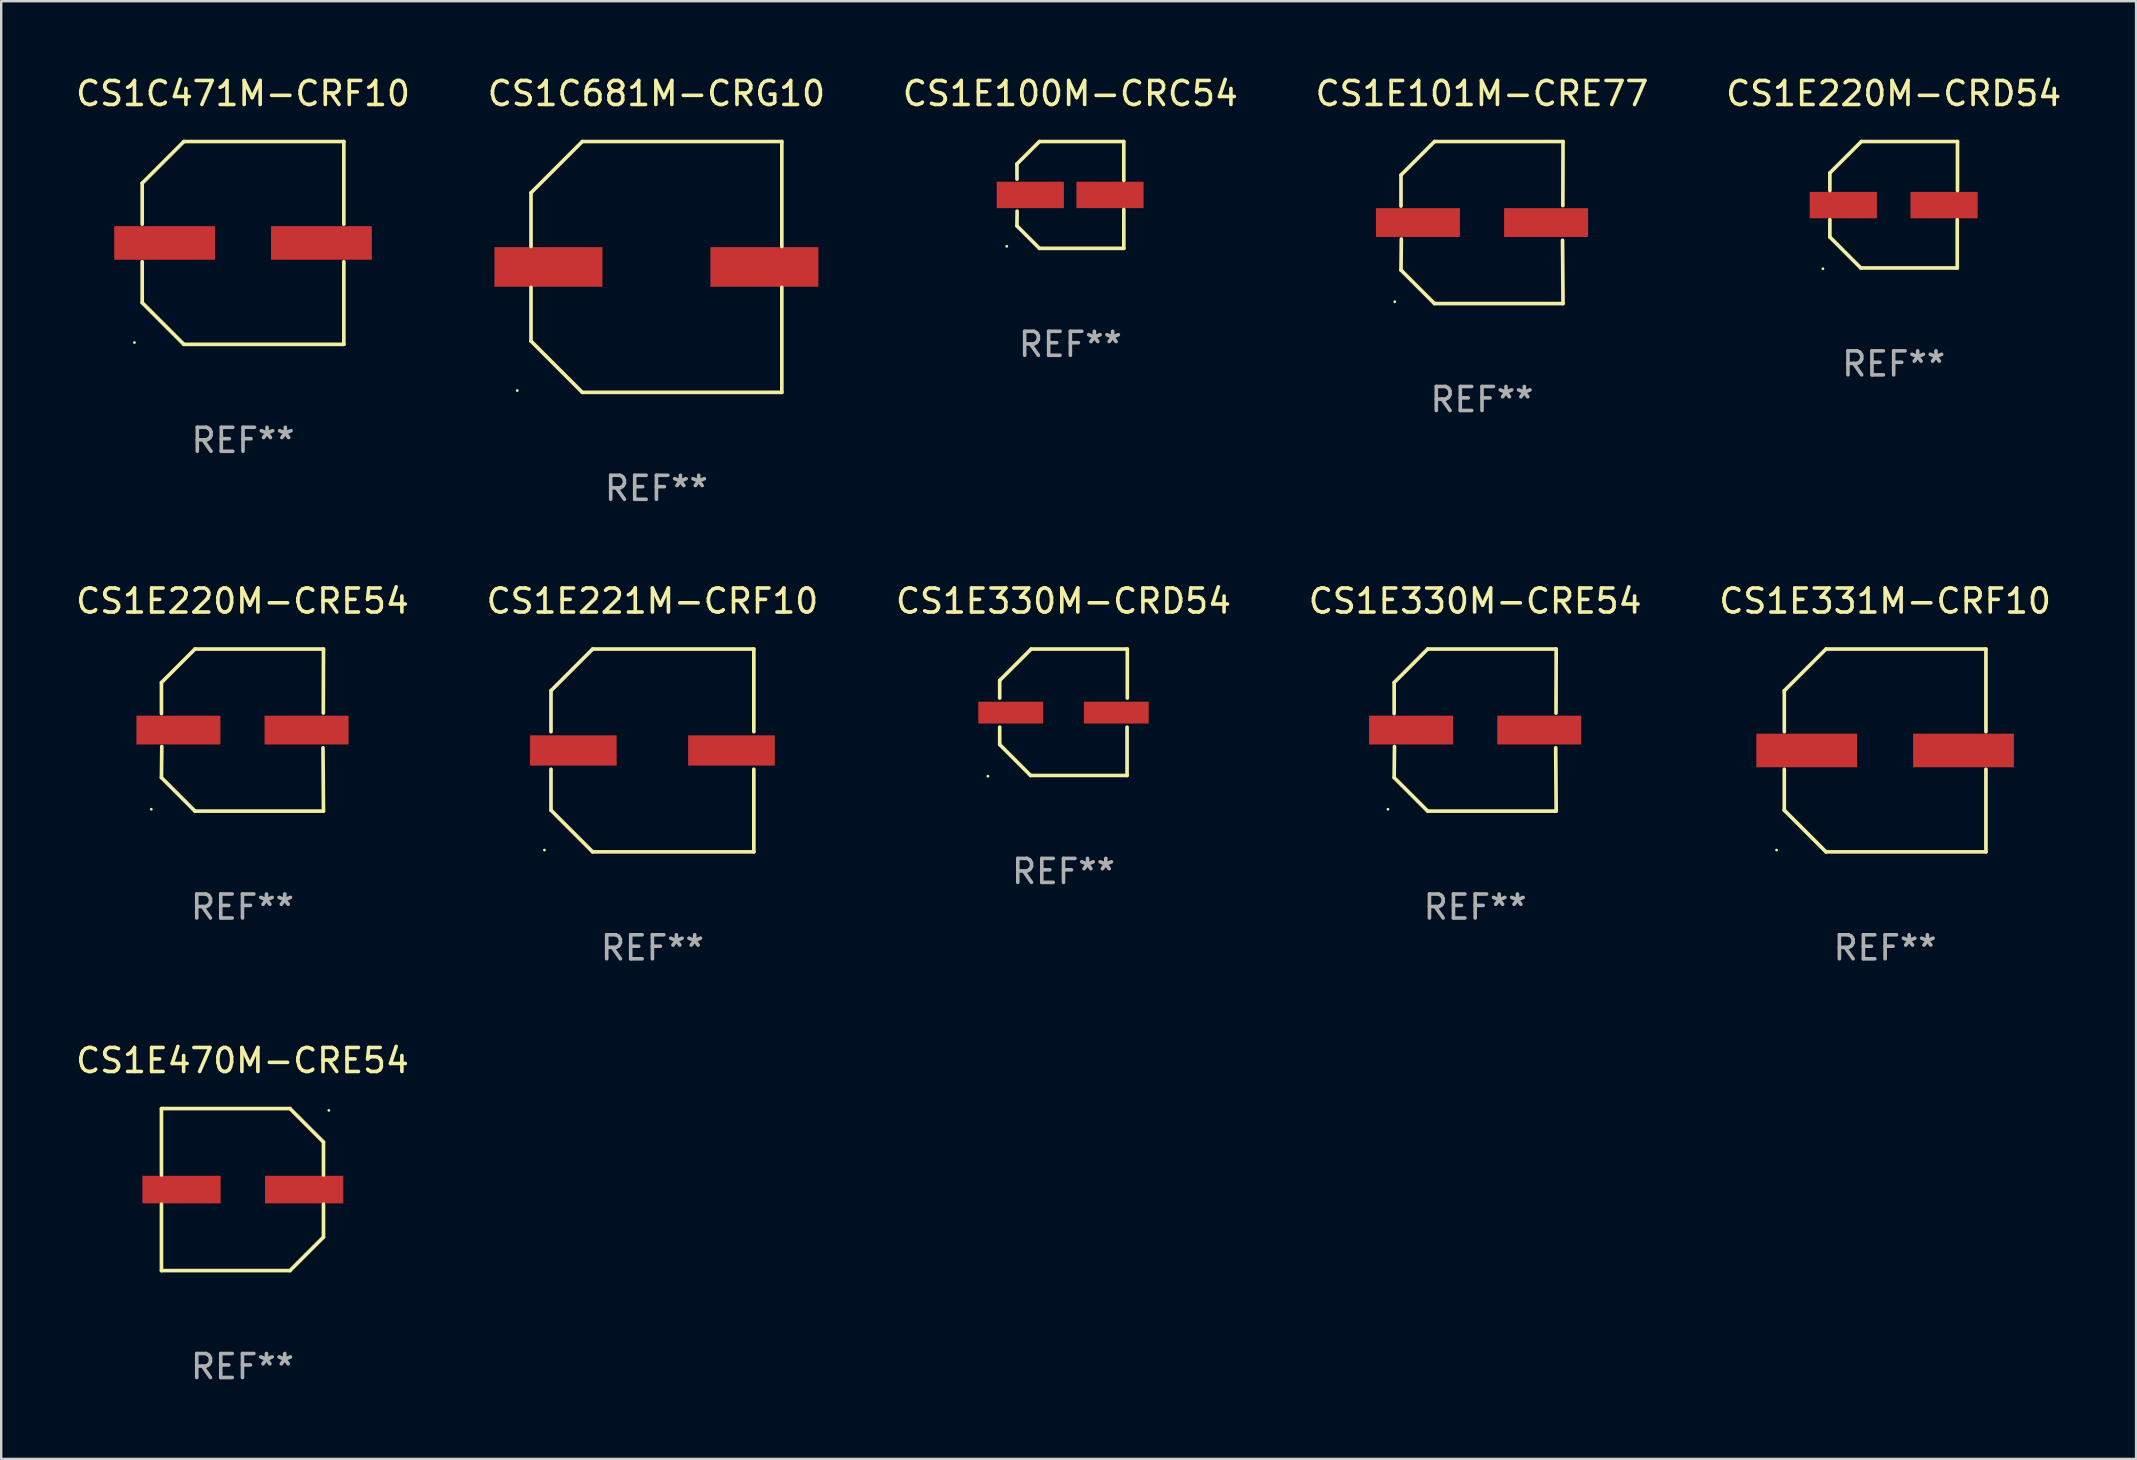
<source format=kicad_pcb>
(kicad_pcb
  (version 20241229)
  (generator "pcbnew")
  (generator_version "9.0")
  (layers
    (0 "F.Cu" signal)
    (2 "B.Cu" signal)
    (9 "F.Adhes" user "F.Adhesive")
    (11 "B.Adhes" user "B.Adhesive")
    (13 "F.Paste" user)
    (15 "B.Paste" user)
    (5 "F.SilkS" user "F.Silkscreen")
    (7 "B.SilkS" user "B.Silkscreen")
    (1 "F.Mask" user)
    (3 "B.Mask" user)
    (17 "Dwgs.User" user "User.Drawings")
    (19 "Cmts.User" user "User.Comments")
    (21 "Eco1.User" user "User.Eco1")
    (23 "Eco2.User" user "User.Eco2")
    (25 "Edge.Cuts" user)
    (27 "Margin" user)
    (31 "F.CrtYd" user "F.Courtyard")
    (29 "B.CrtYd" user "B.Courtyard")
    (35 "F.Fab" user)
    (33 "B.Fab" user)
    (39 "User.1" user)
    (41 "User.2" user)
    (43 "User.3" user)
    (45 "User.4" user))
  (footprint "CS1E470M-CRE54"
    (layer "F.Cu")
    (at 7.054 46.522)
    (property "Reference" "CS1E470M-CRE54" (at 0 -5.376 0) (layer "F.SilkS") (effects (font (size 1 1) (thickness 0.15))))
    (attr through_hole)
    (fp_line (start -3.376 -3.376) (end 1.98 -3.376) (stroke (width 0.152) (type solid)) (layer "F.SilkS"))
    (fp_line (start -3.376 -0.607) (end -3.376 -3.376) (stroke (width 0.152) (type solid)) (layer "F.SilkS"))
    (fp_line (start -3.376 0.607) (end -3.376 3.376) (stroke (width 0.152) (type solid)) (layer "F.SilkS"))
    (fp_line (start -3.376 3.376) (end 1.98 3.376) (stroke (width 0.152) (type solid)) (layer "F.SilkS"))
    (fp_line (start 1.98 -3.376) (end 3.376 -1.98) (stroke (width 0.152) (type solid)) (layer "F.SilkS"))
    (fp_line (start 1.98 3.376) (end 3.376 1.98) (stroke (width 0.152) (type solid)) (layer "F.SilkS"))
    (fp_line (start 3.376 -1.98) (end 3.376 -0.607) (stroke (width 0.152) (type solid)) (layer "F.SilkS"))
    (fp_line (start 3.376 1.98) (end 3.376 0.607) (stroke (width 0.152) (type solid)) (layer "F.SilkS"))
    (fp_circle (center 3.6 -3.3) (end 3.63 -3.3) (stroke (width 0.06) (type solid)) (fill no) (layer "F.SilkS"))
    (fp_text user "REF**" (at 0 7.376 0) (layer "F.Fab") (effects (font (size 1 1) (thickness 0.15))))
    (pad "1" smd rect (at 2.57 0 180) (size 3.26 1.15) (layers "F.Cu" "F.Mask" "F.Paste"))
    (pad "2" smd rect (at -2.54 0 180) (size 3.26 1.15) (layers "F.Cu" "F.Mask" "F.Paste")))
  (footprint "CS1C681M-CRG10"
    (layer "F.Cu")
    (at 24.304 8.074)
    (property "Reference" "CS1C681M-CRG10" (at 0 -7.226 0) (layer "F.SilkS") (effects (font (size 1 1) (thickness 0.15))))
    (attr through_hole)
    (fp_line (start -5.226 -3.09) (end -5.226 -0.852) (stroke (width 0.152) (type solid)) (layer "F.SilkS"))
    (fp_line (start -5.226 3.09) (end -5.226 0.852) (stroke (width 0.152) (type solid)) (layer "F.SilkS"))
    (fp_line (start -3.09 -5.226) (end -5.226 -3.09) (stroke (width 0.152) (type solid)) (layer "F.SilkS"))
    (fp_line (start -3.09 5.226) (end -5.226 3.09) (stroke (width 0.152) (type solid)) (layer "F.SilkS"))
    (fp_line (start 5.226 -5.226) (end -3.09 -5.226) (stroke (width 0.152) (type solid)) (layer "F.SilkS"))
    (fp_line (start 5.226 -0.852) (end 5.226 -5.226) (stroke (width 0.152) (type solid)) (layer "F.SilkS"))
    (fp_line (start 5.226 0.852) (end 5.226 5.226) (stroke (width 0.152) (type solid)) (layer "F.SilkS"))
    (fp_line (start 5.226 5.226) (end -3.09 5.226) (stroke (width 0.152) (type solid)) (layer "F.SilkS"))
    (fp_circle (center -5.8 5.15) (end -5.77 5.15) (stroke (width 0.06) (type solid)) (fill no) (layer "F.SilkS"))
    (fp_text user "REF**" (at 0 9.226 0) (layer "F.Fab") (effects (font (size 1 1) (thickness 0.15))))
    (pad "1" smd rect (at -4.5 0) (size 4.5 1.65) (layers "F.Cu" "F.Mask" "F.Paste"))
    (pad "2" smd rect (at 4.5 0) (size 4.5 1.65) (layers "F.Cu" "F.Mask" "F.Paste")))
  (footprint "CS1E330M-CRD54"
    (layer "F.Cu")
    (at 41.268 26.631)
    (property "Reference" "CS1E330M-CRD54" (at 0 -4.634 0) (layer "F.SilkS") (effects (font (size 1 1) (thickness 0.15))))
    (attr through_hole)
    (fp_line (start -2.659 -1.326) (end -2.659 -0.592) (stroke (width 0.152) (type solid)) (layer "F.SilkS"))
    (fp_line (start -2.659 1.346) (end -2.659 0.622) (stroke (width 0.152) (type solid)) (layer "F.SilkS"))
    (fp_line (start -1.372 2.634) (end -2.659 1.346) (stroke (width 0.152) (type solid)) (layer "F.SilkS"))
    (fp_line (start -1.349 -2.634) (end -2.659 -1.326) (stroke (width 0.152) (type solid)) (layer "F.SilkS"))
    (fp_line (start 2.649 0.622) (end 2.649 2.634) (stroke (width 0.152) (type solid)) (layer "F.SilkS"))
    (fp_line (start 2.649 2.634) (end -1.372 2.634) (stroke (width 0.152) (type solid)) (layer "F.SilkS"))
    (fp_line (start 2.659 -2.634) (end -1.349 -2.634) (stroke (width 0.152) (type solid)) (layer "F.SilkS"))
    (fp_line (start 2.659 -0.592) (end 2.659 -2.634) (stroke (width 0.152) (type solid)) (layer "F.SilkS"))
    (fp_circle (center -3.15 2.665) (end -3.12 2.665) (stroke (width 0.06) (type solid)) (fill no) (layer "F.SilkS"))
    (fp_text user "REF**" (at 0 6.634 0) (layer "F.Fab") (effects (font (size 1 1) (thickness 0.15))))
    (pad "1" smd rect (at -2.2 0.015) (size 2.7 0.91) (layers "F.Cu" "F.Mask" "F.Paste"))
    (pad "2" smd rect (at 2.2 0.015) (size 2.7 0.91) (layers "F.Cu" "F.Mask" "F.Paste")))
  (footprint "CS1E220M-CRD54"
    (layer "F.Cu")
    (at 75.863 5.482)
    (property "Reference" "CS1E220M-CRD54" (at 0 -4.634 0) (layer "F.SilkS") (effects (font (size 1 1) (thickness 0.15))))
    (attr through_hole)
    (fp_line (start -2.659 -1.326) (end -2.659 -0.592) (stroke (width 0.152) (type solid)) (layer "F.SilkS"))
    (fp_line (start -2.659 1.346) (end -2.659 0.622) (stroke (width 0.152) (type solid)) (layer "F.SilkS"))
    (fp_line (start -1.372 2.634) (end -2.659 1.346) (stroke (width 0.152) (type solid)) (layer "F.SilkS"))
    (fp_line (start -1.349 -2.634) (end -2.659 -1.326) (stroke (width 0.152) (type solid)) (layer "F.SilkS"))
    (fp_line (start 2.649 0.622) (end 2.649 2.634) (stroke (width 0.152) (type solid)) (layer "F.SilkS"))
    (fp_line (start 2.649 2.634) (end -1.372 2.634) (stroke (width 0.152) (type solid)) (layer "F.SilkS"))
    (fp_line (start 2.659 -2.634) (end -1.349 -2.634) (stroke (width 0.152) (type solid)) (layer "F.SilkS"))
    (fp_line (start 2.659 -0.592) (end 2.659 -2.634) (stroke (width 0.152) (type solid)) (layer "F.SilkS"))
    (fp_circle (center -2.95 2.665) (end -2.92 2.665) (stroke (width 0.06) (type solid)) (fill no) (layer "F.SilkS"))
    (fp_text user "REF**" (at 0 6.634 0) (layer "F.Fab") (effects (font (size 1 1) (thickness 0.15))))
    (pad "1" smd rect (at -2.1 0.015) (size 2.8 1.1) (layers "F.Cu" "F.Mask" "F.Paste"))
    (pad "2" smd rect (at 2.1 0.015) (size 2.8 1.1) (layers "F.Cu" "F.Mask" "F.Paste")))
  (footprint "CS1E101M-CRE77"
    (layer "F.Cu")
    (at 58.708 6.224)
    (property "Reference" "CS1E101M-CRE77" (at 0 -5.376 0) (layer "F.SilkS") (effects (font (size 1 1) (thickness 0.15))))
    (attr through_hole)
    (fp_line (start -3.376 -1.98) (end -3.376 -0.686) (stroke (width 0.152) (type solid)) (layer "F.SilkS"))
    (fp_line (start -3.376 1.981) (end -3.362 0.686) (stroke (width 0.152) (type solid)) (layer "F.SilkS"))
    (fp_line (start -1.981 3.376) (end -3.376 1.981) (stroke (width 0.152) (type solid)) (layer "F.SilkS"))
    (fp_line (start -1.98 -3.376) (end -3.376 -1.98) (stroke (width 0.152) (type solid)) (layer "F.SilkS"))
    (fp_line (start 3.356 0.74) (end 3.376 3.376) (stroke (width 0.152) (type solid)) (layer "F.SilkS"))
    (fp_line (start 3.369 -0.707) (end 3.376 -3.376) (stroke (width 0.152) (type solid)) (layer "F.SilkS"))
    (fp_line (start 3.376 3.376) (end -1.981 3.376) (stroke (width 0.152) (type solid)) (layer "F.SilkS"))
    (fp_line (start 3.376 -3.376) (end -1.98 -3.376) (stroke (width 0.152) (type solid)) (layer "F.SilkS"))
    (fp_circle (center -3.634 3.3) (end -3.604 3.3) (stroke (width 0.06) (type solid)) (fill no) (layer "F.SilkS"))
    (fp_text user "REF**" (at 0 7.376 0) (layer "F.Fab") (effects (font (size 1 1) (thickness 0.15))))
    (pad "1" smd rect (at -2.67 0.000254) (size 3.5 1.2) (layers "F.Cu" "F.Mask" "F.Paste"))
    (pad "2" smd rect (at 2.67 0.000254) (size 3.5 1.2) (layers "F.Cu" "F.Mask" "F.Paste")))
  (footprint "CS1E100M-CRC54"
    (layer "F.Cu")
    (at 41.554 5.074)
    (property "Reference" "CS1E100M-CRC54" (at 0 -4.226 0) (layer "F.SilkS") (effects (font (size 1 1) (thickness 0.15))))
    (attr through_hole)
    (fp_line (start -2.227 -1.291) (end -2.224 -0.661) (stroke (width 0.152) (type solid)) (layer "F.SilkS"))
    (fp_line (start -2.226 1.289) (end -2.219 0.675) (stroke (width 0.152) (type solid)) (layer "F.SilkS"))
    (fp_line (start -1.29 2.226) (end -2.226 1.289) (stroke (width 0.152) (type solid)) (layer "F.SilkS"))
    (fp_line (start -1.289 -2.226) (end -2.227 -1.291) (stroke (width 0.152) (type solid)) (layer "F.SilkS"))
    (fp_line (start 2.226 -2.226) (end -1.289 -2.226) (stroke (width 0.152) (type solid)) (layer "F.SilkS"))
    (fp_line (start 2.226 -0.608) (end 2.226 -2.226) (stroke (width 0.152) (type solid)) (layer "F.SilkS"))
    (fp_line (start 2.227 0.607) (end 2.227 2.226) (stroke (width 0.152) (type solid)) (layer "F.SilkS"))
    (fp_line (start 2.227 2.226) (end -1.29 2.226) (stroke (width 0.152) (type solid)) (layer "F.SilkS"))
    (fp_circle (center -2.65 2.14) (end -2.62 2.14) (stroke (width 0.06) (type solid)) (fill no) (layer "F.SilkS"))
    (fp_text user "REF**" (at 0 6.226 0) (layer "F.Fab") (effects (font (size 1 1) (thickness 0.15))))
    (pad "1" smd rect (at -1.67 -0.001) (size 2.8 1.1) (layers "F.Cu" "F.Mask" "F.Paste"))
    (pad "2" smd rect (at 1.651 -0.001) (size 2.8 1.1) (layers "F.Cu" "F.Mask" "F.Paste")))
  (footprint "CS1E221M-CRF10"
    (layer "F.Cu")
    (at 24.137 28.223)
    (property "Reference" "CS1E221M-CRF10" (at 0 -6.226 0) (layer "F.SilkS") (effects (font (size 1 1) (thickness 0.15))))
    (attr through_hole)
    (fp_line (start -4.226 -2.49) (end -4.226 -0.782) (stroke (width 0.152) (type solid)) (layer "F.SilkS"))
    (fp_line (start -4.226 2.49) (end -4.226 0.782) (stroke (width 0.152) (type solid)) (layer "F.SilkS"))
    (fp_line (start -2.49 -4.226) (end -4.226 -2.49) (stroke (width 0.152) (type solid)) (layer "F.SilkS"))
    (fp_line (start -2.49 4.226) (end -4.226 2.49) (stroke (width 0.152) (type solid)) (layer "F.SilkS"))
    (fp_line (start 4.226 -4.226) (end -2.49 -4.226) (stroke (width 0.152) (type solid)) (layer "F.SilkS"))
    (fp_line (start 4.226 -0.782) (end 4.226 -4.226) (stroke (width 0.152) (type solid)) (layer "F.SilkS"))
    (fp_line (start 4.226 0.782) (end 4.226 4.226) (stroke (width 0.152) (type solid)) (layer "F.SilkS"))
    (fp_line (start 4.226 4.226) (end -2.49 4.226) (stroke (width 0.152) (type solid)) (layer "F.SilkS"))
    (fp_circle (center -4.5 4.15) (end -4.47 4.15) (stroke (width 0.06) (type solid)) (fill no) (layer "F.SilkS"))
    (fp_text user "REF**" (at 0 8.226 0) (layer "F.Fab") (effects (font (size 1 1) (thickness 0.15))))
    (pad "1" smd rect (at -3.295 -0.000076 180) (size 3.61 1.26) (layers "F.Cu" "F.Mask" "F.Paste"))
    (pad "2" smd rect (at 3.295 -0.000076 180) (size 3.61 1.26) (layers "F.Cu" "F.Mask" "F.Paste")))
  (footprint "CS1C471M-CRF10"
    (layer "F.Cu")
    (at 7.077 7.074)
    (property "Reference" "CS1C471M-CRF10" (at 0 -6.226 0) (layer "F.SilkS") (effects (font (size 1 1) (thickness 0.15))))
    (attr through_hole)
    (fp_line (start -4.201 -2.49) (end -4.201 -0.782) (stroke (width 0.152) (type solid)) (layer "F.SilkS"))
    (fp_line (start -4.201 2.49) (end -4.201 0.782) (stroke (width 0.152) (type solid)) (layer "F.SilkS"))
    (fp_line (start -2.465 -4.226) (end -4.201 -2.49) (stroke (width 0.152) (type solid)) (layer "F.SilkS"))
    (fp_line (start -2.465 4.226) (end -4.201 2.49) (stroke (width 0.152) (type solid)) (layer "F.SilkS"))
    (fp_line (start 4.201 -4.226) (end -2.465 -4.226) (stroke (width 0.152) (type solid)) (layer "F.SilkS"))
    (fp_line (start 4.201 -0.782) (end 4.201 -4.226) (stroke (width 0.152) (type solid)) (layer "F.SilkS"))
    (fp_line (start 4.201 0.782) (end 4.201 4.226) (stroke (width 0.152) (type solid)) (layer "F.SilkS"))
    (fp_line (start 4.201 4.226) (end -2.465 4.226) (stroke (width 0.152) (type solid)) (layer "F.SilkS"))
    (fp_circle (center -4.524 4.15) (end -4.494 4.15) (stroke (width 0.06) (type solid)) (fill no) (layer "F.SilkS"))
    (fp_text user "REF**" (at 0 8.226 0) (layer "F.Fab") (effects (font (size 1 1) (thickness 0.15))))
    (pad "1" smd rect (at -3.267 0) (size 4.2 1.4) (layers "F.Cu" "F.Mask" "F.Paste"))
    (pad "2" smd rect (at 3.267 0) (size 4.2 1.4) (layers "F.Cu" "F.Mask" "F.Paste")))
  (footprint "CS1E331M-CRF10"
    (layer "F.Cu")
    (at 75.506 28.223)
    (property "Reference" "CS1E331M-CRF10" (at 0 -6.226 0) (layer "F.SilkS") (effects (font (size 1 1) (thickness 0.15))))
    (attr through_hole)
    (fp_line (start -4.201 -2.49) (end -4.201 -0.782) (stroke (width 0.152) (type solid)) (layer "F.SilkS"))
    (fp_line (start -4.201 2.49) (end -4.201 0.782) (stroke (width 0.152) (type solid)) (layer "F.SilkS"))
    (fp_line (start -2.465 -4.226) (end -4.201 -2.49) (stroke (width 0.152) (type solid)) (layer "F.SilkS"))
    (fp_line (start -2.465 4.226) (end -4.201 2.49) (stroke (width 0.152) (type solid)) (layer "F.SilkS"))
    (fp_line (start 4.201 -4.226) (end -2.465 -4.226) (stroke (width 0.152) (type solid)) (layer "F.SilkS"))
    (fp_line (start 4.201 -0.782) (end 4.201 -4.226) (stroke (width 0.152) (type solid)) (layer "F.SilkS"))
    (fp_line (start 4.201 0.782) (end 4.201 4.226) (stroke (width 0.152) (type solid)) (layer "F.SilkS"))
    (fp_line (start 4.201 4.226) (end -2.465 4.226) (stroke (width 0.152) (type solid)) (layer "F.SilkS"))
    (fp_circle (center -4.524 4.15) (end -4.494 4.15) (stroke (width 0.06) (type solid)) (fill no) (layer "F.SilkS"))
    (fp_text user "REF**" (at 0 8.226 0) (layer "F.Fab") (effects (font (size 1 1) (thickness 0.15))))
    (pad "1" smd rect (at -3.267 0) (size 4.2 1.4) (layers "F.Cu" "F.Mask" "F.Paste"))
    (pad "2" smd rect (at 3.267 0) (size 4.2 1.4) (layers "F.Cu" "F.Mask" "F.Paste")))
  (footprint "CS1E220M-CRE54"
    (layer "F.Cu")
    (at 7.054 27.373)
    (property "Reference" "CS1E220M-CRE54" (at 0 -5.376 0) (layer "F.SilkS") (effects (font (size 1 1) (thickness 0.15))))
    (attr through_hole)
    (fp_line (start -3.376 -1.98) (end -3.376 -0.686) (stroke (width 0.152) (type solid)) (layer "F.SilkS"))
    (fp_line (start -3.376 1.981) (end -3.362 0.686) (stroke (width 0.152) (type solid)) (layer "F.SilkS"))
    (fp_line (start -1.981 3.376) (end -3.376 1.981) (stroke (width 0.152) (type solid)) (layer "F.SilkS"))
    (fp_line (start -1.98 -3.376) (end -3.376 -1.98) (stroke (width 0.152) (type solid)) (layer "F.SilkS"))
    (fp_line (start 3.356 0.74) (end 3.376 3.376) (stroke (width 0.152) (type solid)) (layer "F.SilkS"))
    (fp_line (start 3.369 -0.707) (end 3.376 -3.376) (stroke (width 0.152) (type solid)) (layer "F.SilkS"))
    (fp_line (start 3.376 3.376) (end -1.981 3.376) (stroke (width 0.152) (type solid)) (layer "F.SilkS"))
    (fp_line (start 3.376 -3.376) (end -1.98 -3.376) (stroke (width 0.152) (type solid)) (layer "F.SilkS"))
    (fp_circle (center -3.8 3.3) (end -3.77 3.3) (stroke (width 0.06) (type solid)) (fill no) (layer "F.SilkS"))
    (fp_text user "REF**" (at 0 7.376 0) (layer "F.Fab") (effects (font (size 1 1) (thickness 0.15))))
    (pad "1" smd rect (at -2.67 0.000203) (size 3.5 1.2) (layers "F.Cu" "F.Mask" "F.Paste"))
    (pad "2" smd rect (at 2.67 0.000203) (size 3.5 1.2) (layers "F.Cu" "F.Mask" "F.Paste")))
  (footprint "CS1E330M-CRE54"
    (layer "F.Cu")
    (at 58.423 27.373)
    (property "Reference" "CS1E330M-CRE54" (at 0 -5.376 0) (layer "F.SilkS") (effects (font (size 1 1) (thickness 0.15))))
    (attr through_hole)
    (fp_line (start -3.376 -1.98) (end -3.376 -0.686) (stroke (width 0.152) (type solid)) (layer "F.SilkS"))
    (fp_line (start -3.376 1.981) (end -3.362 0.686) (stroke (width 0.152) (type solid)) (layer "F.SilkS"))
    (fp_line (start -1.981 3.376) (end -3.376 1.981) (stroke (width 0.152) (type solid)) (layer "F.SilkS"))
    (fp_line (start -1.98 -3.376) (end -3.376 -1.98) (stroke (width 0.152) (type solid)) (layer "F.SilkS"))
    (fp_line (start 3.356 0.74) (end 3.376 3.376) (stroke (width 0.152) (type solid)) (layer "F.SilkS"))
    (fp_line (start 3.369 -0.707) (end 3.376 -3.376) (stroke (width 0.152) (type solid)) (layer "F.SilkS"))
    (fp_line (start 3.376 3.376) (end -1.981 3.376) (stroke (width 0.152) (type solid)) (layer "F.SilkS"))
    (fp_line (start 3.376 -3.376) (end -1.98 -3.376) (stroke (width 0.152) (type solid)) (layer "F.SilkS"))
    (fp_circle (center -3.634 3.3) (end -3.604 3.3) (stroke (width 0.06) (type solid)) (fill no) (layer "F.SilkS"))
    (fp_text user "REF**" (at 0 7.376 0) (layer "F.Fab") (effects (font (size 1 1) (thickness 0.15))))
    (pad "1" smd rect (at -2.67 0.000254) (size 3.5 1.2) (layers "F.Cu" "F.Mask" "F.Paste"))
    (pad "2" smd rect (at 2.67 0.000254) (size 3.5 1.2) (layers "F.Cu" "F.Mask" "F.Paste")))
  (gr_rect
    (start -3 -3)
    (end 85.964 57.747)
    (stroke (width 0.1) (type default))
    (fill no)
    (layer "Edge.Cuts")))
</source>
